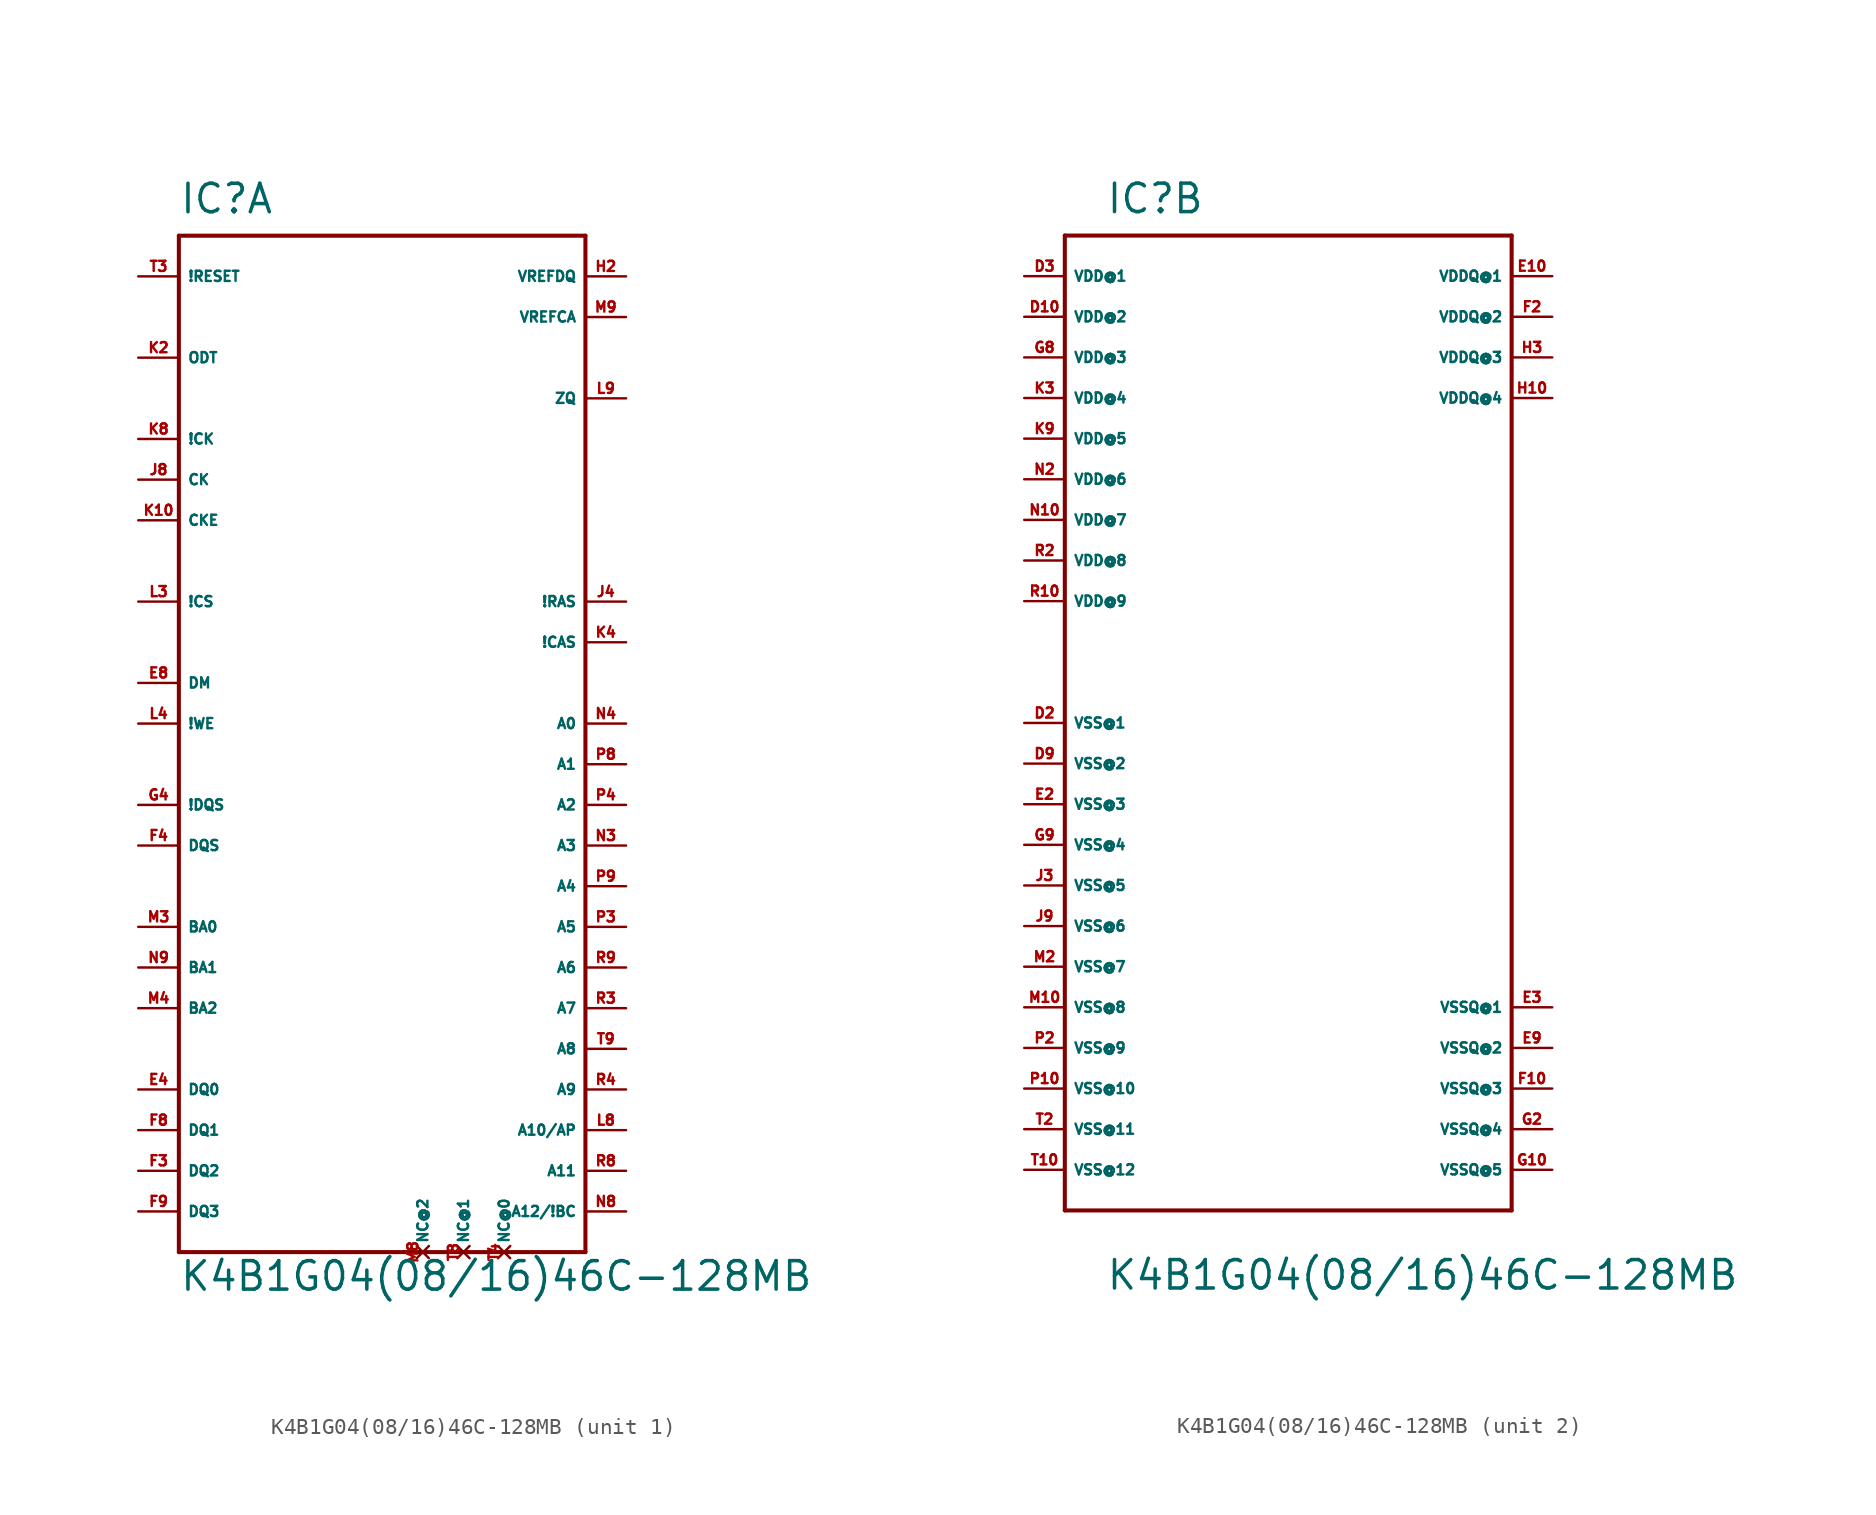
<source format=kicad_sym>
(kicad_symbol_lib
  (version 20220914)
  (generator Eagle2Kicad)
  (symbol "K4B1G04(08/16)46C-128MB"
    (property "Reference" "IC"
      (at -12.7 31.75 0)
      (effects (font (size 1.778 1.778) (thickness 0.22)) (justify left bottom)))
    (property "Value" "K4B1G04(08/16)46C-128MB"
      (at -12.7 -35.56 0)
      (effects (font (size 1.778 1.778) (thickness 0.22)) (justify left bottom)))
    (symbol "K4B1G04(08/16)46C-128MB_1_0"
      (polyline (pts (xy -12.7 30.48) (xy 12.7 30.48)) (stroke (width 0.254) (type default)) (fill (type none)))
      (polyline (pts (xy 12.7 30.48) (xy 12.7 -33.02)) (stroke (width 0.254) (type default)) (fill (type none)))
      (polyline (pts (xy 12.7 -33.02) (xy -12.7 -33.02)) (stroke (width 0.254) (type default)) (fill (type none)))
      (polyline (pts (xy -12.7 -33.02) (xy -12.7 30.48)) (stroke (width 0.254) (type default)) (fill (type none)))
      (pin input line (at -15.24 27.94 0) (length 2.54) (name "!RESET" (effects (font (size 0.635 0.635) (thickness 0.08)) (justify left bottom))) (number "T3" (effects (font (size 0.635 0.635) (thickness 0.08)) (justify left bottom))))
      (pin input line (at -15.24 17.78 0) (length 2.54) (name "!CK" (effects (font (size 0.635 0.635) (thickness 0.08)) (justify left bottom))) (number "K8" (effects (font (size 0.635 0.635) (thickness 0.08)) (justify left bottom))))
      (pin input line (at -15.24 15.24 0) (length 2.54) (name "CK" (effects (font (size 0.635 0.635) (thickness 0.08)) (justify left bottom))) (number "J8" (effects (font (size 0.635 0.635) (thickness 0.08)) (justify left bottom))))
      (pin input line (at -15.24 12.7 0) (length 2.54) (name "CKE" (effects (font (size 0.635 0.635) (thickness 0.08)) (justify left bottom))) (number "K10" (effects (font (size 0.635 0.635) (thickness 0.08)) (justify left bottom))))
      (pin input line (at -15.24 0 0) (length 2.54) (name "!WE" (effects (font (size 0.635 0.635) (thickness 0.08)) (justify left bottom))) (number "L4" (effects (font (size 0.635 0.635) (thickness 0.08)) (justify left bottom))))
      (pin input line (at 15.24 5.08 180) (length 2.54) (name "!CAS" (effects (font (size 0.635 0.635) (thickness 0.08)) (justify left bottom))) (number "K4" (effects (font (size 0.635 0.635) (thickness 0.08)) (justify left bottom))))
      (pin input line (at 15.24 7.62 180) (length 2.54) (name "!RAS" (effects (font (size 0.635 0.635) (thickness 0.08)) (justify left bottom))) (number "J4" (effects (font (size 0.635 0.635) (thickness 0.08)) (justify left bottom))))
      (pin bidirectional line (at -15.24 -5.08 0) (length 2.54) (name "!DQS" (effects (font (size 0.635 0.635) (thickness 0.08)) (justify left bottom))) (number "G4" (effects (font (size 0.635 0.635) (thickness 0.08)) (justify left bottom))))
      (pin bidirectional line (at -15.24 -7.62 0) (length 2.54) (name "DQS" (effects (font (size 0.635 0.635) (thickness 0.08)) (justify left bottom))) (number "F4" (effects (font (size 0.635 0.635) (thickness 0.08)) (justify left bottom))))
      (pin input line (at -15.24 -12.7 0) (length 2.54) (name "BA0" (effects (font (size 0.635 0.635) (thickness 0.08)) (justify left bottom))) (number "M3" (effects (font (size 0.635 0.635) (thickness 0.08)) (justify left bottom))))
      (pin input line (at -15.24 -15.24 0) (length 2.54) (name "BA1" (effects (font (size 0.635 0.635) (thickness 0.08)) (justify left bottom))) (number "N9" (effects (font (size 0.635 0.635) (thickness 0.08)) (justify left bottom))))
      (pin input line (at -15.24 -17.78 0) (length 2.54) (name "BA2" (effects (font (size 0.635 0.635) (thickness 0.08)) (justify left bottom))) (number "M4" (effects (font (size 0.635 0.635) (thickness 0.08)) (justify left bottom))))
      (pin input line (at -15.24 -22.86 0) (length 2.54) (name "DQ0" (effects (font (size 0.635 0.635) (thickness 0.08)) (justify left bottom))) (number "E4" (effects (font (size 0.635 0.635) (thickness 0.08)) (justify left bottom))))
      (pin input line (at -15.24 -25.4 0) (length 2.54) (name "DQ1" (effects (font (size 0.635 0.635) (thickness 0.08)) (justify left bottom))) (number "F8" (effects (font (size 0.635 0.635) (thickness 0.08)) (justify left bottom))))
      (pin input line (at -15.24 -27.94 0) (length 2.54) (name "DQ2" (effects (font (size 0.635 0.635) (thickness 0.08)) (justify left bottom))) (number "F3" (effects (font (size 0.635 0.635) (thickness 0.08)) (justify left bottom))))
      (pin input line (at -15.24 -30.48 0) (length 2.54) (name "DQ3" (effects (font (size 0.635 0.635) (thickness 0.08)) (justify left bottom))) (number "F9" (effects (font (size 0.635 0.635) (thickness 0.08)) (justify left bottom))))
      (pin input line (at 15.24 0 180) (length 2.54) (name "A0" (effects (font (size 0.635 0.635) (thickness 0.08)) (justify left bottom))) (number "N4" (effects (font (size 0.635 0.635) (thickness 0.08)) (justify left bottom))))
      (pin input line (at 15.24 -2.54 180) (length 2.54) (name "A1" (effects (font (size 0.635 0.635) (thickness 0.08)) (justify left bottom))) (number "P8" (effects (font (size 0.635 0.635) (thickness 0.08)) (justify left bottom))))
      (pin input line (at 15.24 -5.08 180) (length 2.54) (name "A2" (effects (font (size 0.635 0.635) (thickness 0.08)) (justify left bottom))) (number "P4" (effects (font (size 0.635 0.635) (thickness 0.08)) (justify left bottom))))
      (pin input line (at 15.24 -7.62 180) (length 2.54) (name "A3" (effects (font (size 0.635 0.635) (thickness 0.08)) (justify left bottom))) (number "N3" (effects (font (size 0.635 0.635) (thickness 0.08)) (justify left bottom))))
      (pin input line (at 15.24 -10.16 180) (length 2.54) (name "A4" (effects (font (size 0.635 0.635) (thickness 0.08)) (justify left bottom))) (number "P9" (effects (font (size 0.635 0.635) (thickness 0.08)) (justify left bottom))))
      (pin input line (at 15.24 -12.7 180) (length 2.54) (name "A5" (effects (font (size 0.635 0.635) (thickness 0.08)) (justify left bottom))) (number "P3" (effects (font (size 0.635 0.635) (thickness 0.08)) (justify left bottom))))
      (pin input line (at 15.24 -15.24 180) (length 2.54) (name "A6" (effects (font (size 0.635 0.635) (thickness 0.08)) (justify left bottom))) (number "R9" (effects (font (size 0.635 0.635) (thickness 0.08)) (justify left bottom))))
      (pin input line (at 15.24 -17.78 180) (length 2.54) (name "A7" (effects (font (size 0.635 0.635) (thickness 0.08)) (justify left bottom))) (number "R3" (effects (font (size 0.635 0.635) (thickness 0.08)) (justify left bottom))))
      (pin input line (at 15.24 -20.32 180) (length 2.54) (name "A8" (effects (font (size 0.635 0.635) (thickness 0.08)) (justify left bottom))) (number "T9" (effects (font (size 0.635 0.635) (thickness 0.08)) (justify left bottom))))
      (pin input line (at 15.24 -22.86 180) (length 2.54) (name "A9" (effects (font (size 0.635 0.635) (thickness 0.08)) (justify left bottom))) (number "R4" (effects (font (size 0.635 0.635) (thickness 0.08)) (justify left bottom))))
      (pin input line (at 15.24 -25.4 180) (length 2.54) (name "A10/AP" (effects (font (size 0.635 0.635) (thickness 0.08)) (justify left bottom))) (number "L8" (effects (font (size 0.635 0.635) (thickness 0.08)) (justify left bottom))))
      (pin input line (at 15.24 -27.94 180) (length 2.54) (name "A11" (effects (font (size 0.635 0.635) (thickness 0.08)) (justify left bottom))) (number "R8" (effects (font (size 0.635 0.635) (thickness 0.08)) (justify left bottom))))
      (pin input line (at 15.24 -30.48 180) (length 2.54) (name "A12/!BC" (effects (font (size 0.635 0.635) (thickness 0.08)) (justify left bottom))) (number "N8" (effects (font (size 0.635 0.635) (thickness 0.08)) (justify left bottom))))
      (pin no_connect line (at 7.62 -33.02 90) (length 0) (name "NC@0" (effects (font (size 0.635 0.635) (thickness 0.08)) (justify left bottom) hide)) (number "T4" (effects (font (size 0.635 0.635) (thickness 0.08)) (justify left bottom) hide)))
      (pin no_connect line (at 5.08 -33.02 90) (length 0) (name "NC@1" (effects (font (size 0.635 0.635) (thickness 0.08)) (justify left bottom) hide)) (number "T8" (effects (font (size 0.635 0.635) (thickness 0.08)) (justify left bottom) hide)))
      (pin no_connect line (at 2.54 -33.02 90) (length 0) (name "NC@2" (effects (font (size 0.635 0.635) (thickness 0.08)) (justify left bottom) hide)) (number "M8" (effects (font (size 0.635 0.635) (thickness 0.08)) (justify left bottom) hide)))
      (pin input line (at -15.24 2.54 0) (length 2.54) (name "DM" (effects (font (size 0.635 0.635) (thickness 0.08)) (justify left bottom))) (number "E8" (effects (font (size 0.635 0.635) (thickness 0.08)) (justify left bottom))))
      (pin input line (at 15.24 27.94 180) (length 2.54) (name "VREFDQ" (effects (font (size 0.635 0.635) (thickness 0.08)) (justify left bottom))) (number "H2" (effects (font (size 0.635 0.635) (thickness 0.08)) (justify left bottom))))
      (pin input line (at -15.24 22.86 0) (length 2.54) (name "ODT" (effects (font (size 0.635 0.635) (thickness 0.08)) (justify left bottom))) (number "K2" (effects (font (size 0.635 0.635) (thickness 0.08)) (justify left bottom))))
      (pin input line (at 15.24 20.32 180) (length 2.54) (name "ZQ" (effects (font (size 0.635 0.635) (thickness 0.08)) (justify left bottom))) (number "L9" (effects (font (size 0.635 0.635) (thickness 0.08)) (justify left bottom))))
      (pin input line (at 15.24 25.4 180) (length 2.54) (name "VREFCA" (effects (font (size 0.635 0.635) (thickness 0.08)) (justify left bottom))) (number "M9" (effects (font (size 0.635 0.635) (thickness 0.08)) (justify left bottom))))
      (pin input line (at -15.24 7.62 0) (length 2.54) (name "!CS" (effects (font (size 0.635 0.635) (thickness 0.08)) (justify left bottom))) (number "L3" (effects (font (size 0.635 0.635) (thickness 0.08)) (justify left bottom)))))
    (symbol "K4B1G04(08/16)46C-128MB_2_0"
      (polyline (pts (xy -15.24 30.48) (xy 12.7 30.48)) (stroke (width 0.254) (type default)) (fill (type none)))
      (polyline (pts (xy 12.7 30.48) (xy 12.7 -30.48)) (stroke (width 0.254) (type default)) (fill (type none)))
      (polyline (pts (xy 12.7 -30.48) (xy -15.24 -30.48)) (stroke (width 0.254) (type default)) (fill (type none)))
      (polyline (pts (xy -15.24 -30.48) (xy -15.24 30.48)) (stroke (width 0.254) (type default)) (fill (type none)))
      (pin input line (at -17.78 0 0) (length 2.54) (name "VSS@1" (effects (font (size 0.635 0.635) (thickness 0.08)) (justify left bottom))) (number "D2" (effects (font (size 0.635 0.635) (thickness 0.08)) (justify left bottom))))
      (pin input line (at -17.78 -2.54 0) (length 2.54) (name "VSS@2" (effects (font (size 0.635 0.635) (thickness 0.08)) (justify left bottom))) (number "D9" (effects (font (size 0.635 0.635) (thickness 0.08)) (justify left bottom))))
      (pin input line (at -17.78 -5.08 0) (length 2.54) (name "VSS@3" (effects (font (size 0.635 0.635) (thickness 0.08)) (justify left bottom))) (number "E2" (effects (font (size 0.635 0.635) (thickness 0.08)) (justify left bottom))))
      (pin input line (at -17.78 -7.62 0) (length 2.54) (name "VSS@4" (effects (font (size 0.635 0.635) (thickness 0.08)) (justify left bottom))) (number "G9" (effects (font (size 0.635 0.635) (thickness 0.08)) (justify left bottom))))
      (pin input line (at -17.78 -10.16 0) (length 2.54) (name "VSS@5" (effects (font (size 0.635 0.635) (thickness 0.08)) (justify left bottom))) (number "J3" (effects (font (size 0.635 0.635) (thickness 0.08)) (justify left bottom))))
      (pin input line (at -17.78 -12.7 0) (length 2.54) (name "VSS@6" (effects (font (size 0.635 0.635) (thickness 0.08)) (justify left bottom))) (number "J9" (effects (font (size 0.635 0.635) (thickness 0.08)) (justify left bottom))))
      (pin input line (at -17.78 -15.24 0) (length 2.54) (name "VSS@7" (effects (font (size 0.635 0.635) (thickness 0.08)) (justify left bottom))) (number "M2" (effects (font (size 0.635 0.635) (thickness 0.08)) (justify left bottom))))
      (pin input line (at -17.78 -17.78 0) (length 2.54) (name "VSS@8" (effects (font (size 0.635 0.635) (thickness 0.08)) (justify left bottom))) (number "M10" (effects (font (size 0.635 0.635) (thickness 0.08)) (justify left bottom))))
      (pin input line (at -17.78 -20.32 0) (length 2.54) (name "VSS@9" (effects (font (size 0.635 0.635) (thickness 0.08)) (justify left bottom))) (number "P2" (effects (font (size 0.635 0.635) (thickness 0.08)) (justify left bottom))))
      (pin input line (at -17.78 27.94 0) (length 2.54) (name "VDD@1" (effects (font (size 0.635 0.635) (thickness 0.08)) (justify left bottom))) (number "D3" (effects (font (size 0.635 0.635) (thickness 0.08)) (justify left bottom))))
      (pin input line (at -17.78 25.4 0) (length 2.54) (name "VDD@2" (effects (font (size 0.635 0.635) (thickness 0.08)) (justify left bottom))) (number "D10" (effects (font (size 0.635 0.635) (thickness 0.08)) (justify left bottom))))
      (pin input line (at -17.78 22.86 0) (length 2.54) (name "VDD@3" (effects (font (size 0.635 0.635) (thickness 0.08)) (justify left bottom))) (number "G8" (effects (font (size 0.635 0.635) (thickness 0.08)) (justify left bottom))))
      (pin input line (at -17.78 20.32 0) (length 2.54) (name "VDD@4" (effects (font (size 0.635 0.635) (thickness 0.08)) (justify left bottom))) (number "K3" (effects (font (size 0.635 0.635) (thickness 0.08)) (justify left bottom))))
      (pin input line (at -17.78 17.78 0) (length 2.54) (name "VDD@5" (effects (font (size 0.635 0.635) (thickness 0.08)) (justify left bottom))) (number "K9" (effects (font (size 0.635 0.635) (thickness 0.08)) (justify left bottom))))
      (pin input line (at -17.78 15.24 0) (length 2.54) (name "VDD@6" (effects (font (size 0.635 0.635) (thickness 0.08)) (justify left bottom))) (number "N2" (effects (font (size 0.635 0.635) (thickness 0.08)) (justify left bottom))))
      (pin input line (at 15.24 27.94 180) (length 2.54) (name "VDDQ@1" (effects (font (size 0.635 0.635) (thickness 0.08)) (justify left bottom))) (number "E10" (effects (font (size 0.635 0.635) (thickness 0.08)) (justify left bottom))))
      (pin input line (at 15.24 25.4 180) (length 2.54) (name "VDDQ@2" (effects (font (size 0.635 0.635) (thickness 0.08)) (justify left bottom))) (number "F2" (effects (font (size 0.635 0.635) (thickness 0.08)) (justify left bottom))))
      (pin input line (at 15.24 -17.78 180) (length 2.54) (name "VSSQ@1" (effects (font (size 0.635 0.635) (thickness 0.08)) (justify left bottom))) (number "E3" (effects (font (size 0.635 0.635) (thickness 0.08)) (justify left bottom))))
      (pin input line (at 15.24 -20.32 180) (length 2.54) (name "VSSQ@2" (effects (font (size 0.635 0.635) (thickness 0.08)) (justify left bottom))) (number "E9" (effects (font (size 0.635 0.635) (thickness 0.08)) (justify left bottom))))
      (pin input line (at 15.24 -22.86 180) (length 2.54) (name "VSSQ@3" (effects (font (size 0.635 0.635) (thickness 0.08)) (justify left bottom))) (number "F10" (effects (font (size 0.635 0.635) (thickness 0.08)) (justify left bottom))))
      (pin input line (at 15.24 -25.4 180) (length 2.54) (name "VSSQ@4" (effects (font (size 0.635 0.635) (thickness 0.08)) (justify left bottom))) (number "G2" (effects (font (size 0.635 0.635) (thickness 0.08)) (justify left bottom))))
      (pin input line (at 15.24 22.86 180) (length 2.54) (name "VDDQ@3" (effects (font (size 0.635 0.635) (thickness 0.08)) (justify left bottom))) (number "H3" (effects (font (size 0.635 0.635) (thickness 0.08)) (justify left bottom))))
      (pin input line (at 15.24 20.32 180) (length 2.54) (name "VDDQ@4" (effects (font (size 0.635 0.635) (thickness 0.08)) (justify left bottom))) (number "H10" (effects (font (size 0.635 0.635) (thickness 0.08)) (justify left bottom))))
      (pin input line (at 15.24 -27.94 180) (length 2.54) (name "VSSQ@5" (effects (font (size 0.635 0.635) (thickness 0.08)) (justify left bottom))) (number "G10" (effects (font (size 0.635 0.635) (thickness 0.08)) (justify left bottom))))
      (pin input line (at -17.78 12.7 0) (length 2.54) (name "VDD@7" (effects (font (size 0.635 0.635) (thickness 0.08)) (justify left bottom))) (number "N10" (effects (font (size 0.635 0.635) (thickness 0.08)) (justify left bottom))))
      (pin input line (at -17.78 -22.86 0) (length 2.54) (name "VSS@10" (effects (font (size 0.635 0.635) (thickness 0.08)) (justify left bottom))) (number "P10" (effects (font (size 0.635 0.635) (thickness 0.08)) (justify left bottom))))
      (pin input line (at -17.78 -25.4 0) (length 2.54) (name "VSS@11" (effects (font (size 0.635 0.635) (thickness 0.08)) (justify left bottom))) (number "T2" (effects (font (size 0.635 0.635) (thickness 0.08)) (justify left bottom))))
      (pin input line (at -17.78 -27.94 0) (length 2.54) (name "VSS@12" (effects (font (size 0.635 0.635) (thickness 0.08)) (justify left bottom))) (number "T10" (effects (font (size 0.635 0.635) (thickness 0.08)) (justify left bottom))))
      (pin input line (at -17.78 10.16 0) (length 2.54) (name "VDD@8" (effects (font (size 0.635 0.635) (thickness 0.08)) (justify left bottom))) (number "R2" (effects (font (size 0.635 0.635) (thickness 0.08)) (justify left bottom))))
      (pin input line (at -17.78 7.62 0) (length 2.54) (name "VDD@9" (effects (font (size 0.635 0.635) (thickness 0.08)) (justify left bottom))) (number "R10" (effects (font (size 0.635 0.635) (thickness 0.08)) (justify left bottom)))))))
</source>
